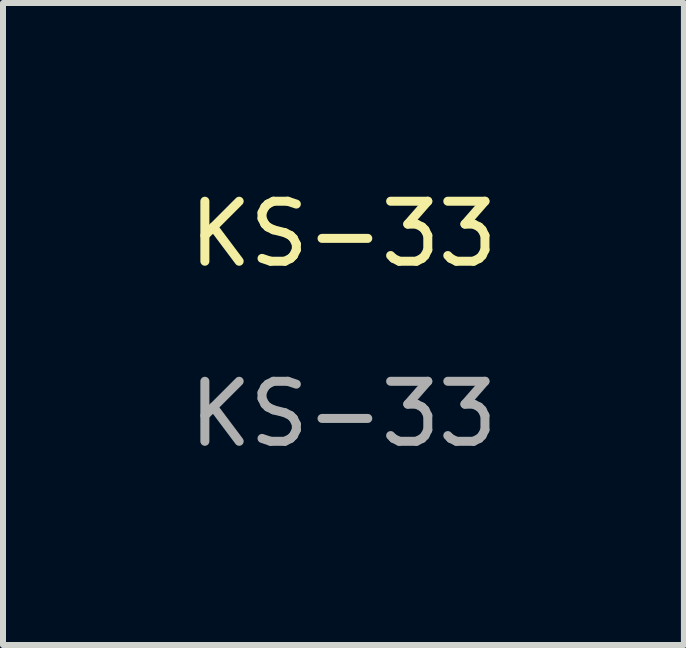
<source format=kicad_pcb>
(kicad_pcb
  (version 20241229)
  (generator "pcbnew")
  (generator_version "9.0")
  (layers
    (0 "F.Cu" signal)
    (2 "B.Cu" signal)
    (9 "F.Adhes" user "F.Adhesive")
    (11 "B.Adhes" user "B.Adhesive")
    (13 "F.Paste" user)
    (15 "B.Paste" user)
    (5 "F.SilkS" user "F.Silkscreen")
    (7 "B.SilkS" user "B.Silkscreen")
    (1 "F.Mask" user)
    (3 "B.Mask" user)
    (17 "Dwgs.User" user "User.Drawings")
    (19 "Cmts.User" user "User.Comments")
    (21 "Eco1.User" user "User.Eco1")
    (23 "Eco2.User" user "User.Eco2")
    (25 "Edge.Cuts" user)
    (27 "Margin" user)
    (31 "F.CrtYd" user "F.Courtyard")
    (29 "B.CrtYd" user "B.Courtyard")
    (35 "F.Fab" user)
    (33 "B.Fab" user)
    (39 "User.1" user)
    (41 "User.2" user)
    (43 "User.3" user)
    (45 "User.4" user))
  (footprint "KS-33"
    (layer "F.Cu")
    (at 2.673 1.348)
    (property "Reference" "KS-33" (at 0 -0.5 0) (unlocked yes) (layer "F.SilkS") (effects (font (size 1 1) (thickness 0.15))))
    (attr smd)
    (fp_text user "${REFERENCE}" (at 0 2.5 0) (unlocked yes) (layer "F.Fab") (effects (font (size 1 1) (thickness 0.15)))))
  (gr_rect
    (start -3 -3)
    (end 8.345 7.697)
    (stroke (width 0.1) (type default))
    (fill no)
    (layer "Edge.Cuts")))
</source>
